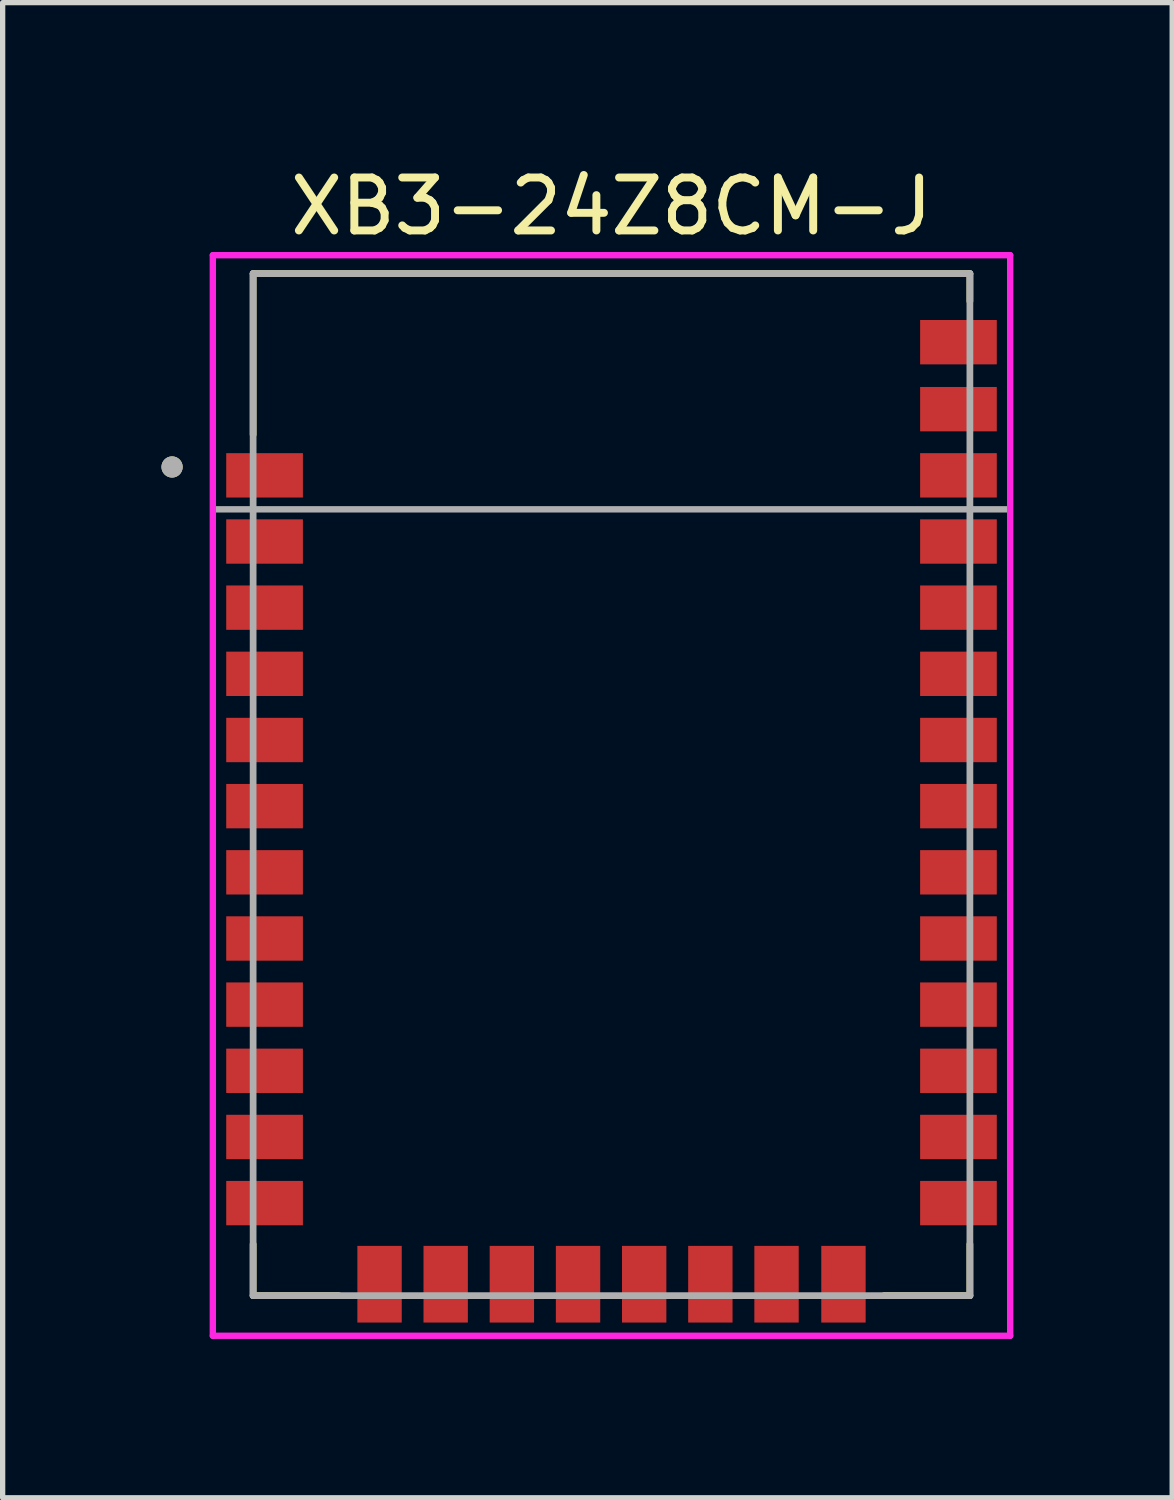
<source format=kicad_pcb>
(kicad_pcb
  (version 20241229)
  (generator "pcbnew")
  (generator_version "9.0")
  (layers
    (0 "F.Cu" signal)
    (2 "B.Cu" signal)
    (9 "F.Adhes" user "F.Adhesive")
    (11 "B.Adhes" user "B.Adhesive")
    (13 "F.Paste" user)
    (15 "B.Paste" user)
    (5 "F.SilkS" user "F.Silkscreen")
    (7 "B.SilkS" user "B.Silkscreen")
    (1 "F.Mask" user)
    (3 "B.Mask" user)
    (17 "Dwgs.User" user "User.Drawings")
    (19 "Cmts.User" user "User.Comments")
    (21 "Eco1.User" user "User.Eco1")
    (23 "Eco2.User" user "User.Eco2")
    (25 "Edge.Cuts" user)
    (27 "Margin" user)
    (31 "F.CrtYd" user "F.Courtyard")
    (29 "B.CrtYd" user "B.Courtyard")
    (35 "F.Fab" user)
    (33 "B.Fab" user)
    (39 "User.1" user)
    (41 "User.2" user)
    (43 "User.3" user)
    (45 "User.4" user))
  (footprint "XB3-24Z8CM-J"
    (layer "F.Cu")
    (at 8.5 11.77)
    (property "Reference" "XB3-24Z8CM-J" (at 0 -10.922 0) (layer "F.SilkS") (effects (font (size 1 1) (thickness 0.15))))
    (attr smd)
    (fp_line (start -6.769 -9.652) (end 6.769 -9.652) (stroke (width 0.127) (type solid)) (layer "F.SilkS"))
    (fp_line (start -6.769 -6.61) (end -6.769 -9.652) (stroke (width 0.127) (type solid)) (layer "F.SilkS"))
    (fp_line (start -6.769 8.68) (end -6.769 9.652) (stroke (width 0.127) (type solid)) (layer "F.SilkS"))
    (fp_line (start -6.769 9.652) (end -5.15 9.652) (stroke (width 0.127) (type solid)) (layer "F.SilkS"))
    (fp_line (start 5.15 9.652) (end 6.769 9.652) (stroke (width 0.127) (type solid)) (layer "F.SilkS"))
    (fp_line (start 6.769 -9.652) (end 6.769 -9.13) (stroke (width 0.127) (type solid)) (layer "F.SilkS"))
    (fp_line (start 6.769 9.652) (end 6.769 8.68) (stroke (width 0.127) (type solid)) (layer "F.SilkS"))
    (fp_circle (center -8.3 -6) (end -8.2 -6) (stroke (width 0.2) (type solid)) (fill no) (layer "F.SilkS"))
    (fp_line (start -7.53 -10) (end -7.53 10.41) (stroke (width 0.12) (type solid)) (layer "F.CrtYd"))
    (fp_line (start -7.53 10.41) (end 7.53 10.41) (stroke (width 0.12) (type solid)) (layer "F.CrtYd"))
    (fp_line (start 7.53 -10) (end -7.53 -10) (stroke (width 0.12) (type solid)) (layer "F.CrtYd"))
    (fp_line (start 7.53 10.41) (end 7.53 -10) (stroke (width 0.12) (type solid)) (layer "F.CrtYd"))
    (fp_line (start -7.5 -5.2) (end 7.5 -5.2) (stroke (width 0.12) (type solid)) (layer "F.Fab"))
    (fp_line (start -6.769 -9.652) (end 6.769 -9.652) (stroke (width 0.127) (type solid)) (layer "F.Fab"))
    (fp_line (start -6.769 9.652) (end -6.769 -9.652) (stroke (width 0.127) (type solid)) (layer "F.Fab"))
    (fp_line (start 6.769 -9.652) (end 6.769 9.652) (stroke (width 0.127) (type solid)) (layer "F.Fab"))
    (fp_line (start 6.769 9.652) (end -6.769 9.652) (stroke (width 0.127) (type solid)) (layer "F.Fab"))
    (fp_circle (center -8.3 -6) (end -8.2 -6) (stroke (width 0.2) (type solid)) (fill no) (layer "F.Fab"))
    (pad "1" smd rect (at -6.553 -5.842) (size 1.448 0.838) (layers "F.Cu" "F.Mask" "F.Paste"))
    (pad "2" smd rect (at -6.553 -4.592) (size 1.448 0.838) (layers "F.Cu" "F.Mask" "F.Paste"))
    (pad "3" smd rect (at -6.553 -3.343) (size 1.448 0.838) (layers "F.Cu" "F.Mask" "F.Paste"))
    (pad "4" smd rect (at -6.553 -2.093) (size 1.448 0.838) (layers "F.Cu" "F.Mask" "F.Paste"))
    (pad "5" smd rect (at -6.553 -0.843) (size 1.448 0.838) (layers "F.Cu" "F.Mask" "F.Paste"))
    (pad "6" smd rect (at -6.553 0.406) (size 1.448 0.838) (layers "F.Cu" "F.Mask" "F.Paste"))
    (pad "7" smd rect (at -6.553 1.656) (size 1.448 0.838) (layers "F.Cu" "F.Mask" "F.Paste"))
    (pad "8" smd rect (at -6.553 2.906) (size 1.448 0.838) (layers "F.Cu" "F.Mask" "F.Paste"))
    (pad "9" smd rect (at -6.553 4.155) (size 1.448 0.838) (layers "F.Cu" "F.Mask" "F.Paste"))
    (pad "10" smd rect (at -6.553 5.405) (size 1.448 0.838) (layers "F.Cu" "F.Mask" "F.Paste"))
    (pad "11" smd rect (at -6.553 6.655) (size 1.448 0.838) (layers "F.Cu" "F.Mask" "F.Paste"))
    (pad "12" smd rect (at -6.553 7.904) (size 1.448 0.838) (layers "F.Cu" "F.Mask" "F.Paste"))
    (pad "13" smd rect (at -4.381 9.436) (size 0.838 1.448) (layers "F.Cu" "F.Mask" "F.Paste"))
    (pad "14" smd rect (at -3.132 9.436) (size 0.838 1.448) (layers "F.Cu" "F.Mask" "F.Paste"))
    (pad "15" smd rect (at -1.882 9.436) (size 0.838 1.448) (layers "F.Cu" "F.Mask" "F.Paste"))
    (pad "16" smd rect (at -0.632 9.436) (size 0.838 1.448) (layers "F.Cu" "F.Mask" "F.Paste"))
    (pad "17" smd rect (at 0.617 9.436) (size 0.838 1.448) (layers "F.Cu" "F.Mask" "F.Paste"))
    (pad "18" smd rect (at 1.867 9.436) (size 0.838 1.448) (layers "F.Cu" "F.Mask" "F.Paste"))
    (pad "19" smd rect (at 3.117 9.436) (size 0.838 1.448) (layers "F.Cu" "F.Mask" "F.Paste"))
    (pad "20" smd rect (at 4.381 9.436) (size 0.838 1.448) (layers "F.Cu" "F.Mask" "F.Paste"))
    (pad "21" smd rect (at 6.553 7.904) (size 1.448 0.838) (layers "F.Cu" "F.Mask" "F.Paste"))
    (pad "22" smd rect (at 6.553 6.655) (size 1.448 0.838) (layers "F.Cu" "F.Mask" "F.Paste"))
    (pad "23" smd rect (at 6.553 5.405) (size 1.448 0.838) (layers "F.Cu" "F.Mask" "F.Paste"))
    (pad "24" smd rect (at 6.553 4.155) (size 1.448 0.838) (layers "F.Cu" "F.Mask" "F.Paste"))
    (pad "25" smd rect (at 6.553 2.906) (size 1.448 0.838) (layers "F.Cu" "F.Mask" "F.Paste"))
    (pad "26" smd rect (at 6.553 1.656) (size 1.448 0.838) (layers "F.Cu" "F.Mask" "F.Paste"))
    (pad "27" smd rect (at 6.553 0.406) (size 1.448 0.838) (layers "F.Cu" "F.Mask" "F.Paste"))
    (pad "28" smd rect (at 6.553 -0.843) (size 1.448 0.838) (layers "F.Cu" "F.Mask" "F.Paste"))
    (pad "29" smd rect (at 6.553 -2.093) (size 1.448 0.838) (layers "F.Cu" "F.Mask" "F.Paste"))
    (pad "30" smd rect (at 6.553 -3.343) (size 1.448 0.838) (layers "F.Cu" "F.Mask" "F.Paste"))
    (pad "31" smd rect (at 6.553 -4.592) (size 1.448 0.838) (layers "F.Cu" "F.Mask" "F.Paste"))
    (pad "32" smd rect (at 6.553 -5.842) (size 1.448 0.838) (layers "F.Cu" "F.Mask" "F.Paste"))
    (pad "33" smd rect (at 6.553 -7.092) (size 1.448 0.838) (layers "F.Cu" "F.Mask" "F.Paste"))
    (pad "34" smd rect (at 6.553 -8.357) (size 1.448 0.838) (layers "F.Cu" "F.Mask" "F.Paste")))
  (gr_rect
    (start -3 -3)
    (end 19.09 25.24)
    (stroke (width 0.1) (type default))
    (fill no)
    (layer "Edge.Cuts")))
</source>
